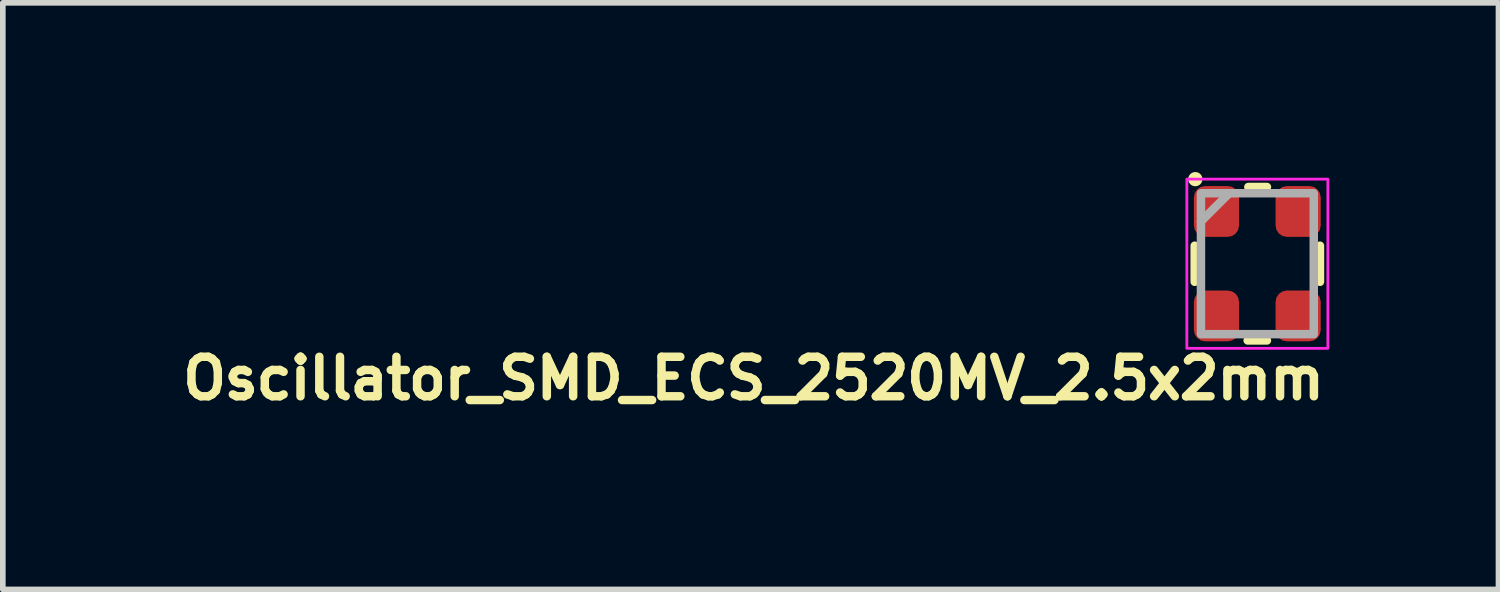
<source format=kicad_pcb>
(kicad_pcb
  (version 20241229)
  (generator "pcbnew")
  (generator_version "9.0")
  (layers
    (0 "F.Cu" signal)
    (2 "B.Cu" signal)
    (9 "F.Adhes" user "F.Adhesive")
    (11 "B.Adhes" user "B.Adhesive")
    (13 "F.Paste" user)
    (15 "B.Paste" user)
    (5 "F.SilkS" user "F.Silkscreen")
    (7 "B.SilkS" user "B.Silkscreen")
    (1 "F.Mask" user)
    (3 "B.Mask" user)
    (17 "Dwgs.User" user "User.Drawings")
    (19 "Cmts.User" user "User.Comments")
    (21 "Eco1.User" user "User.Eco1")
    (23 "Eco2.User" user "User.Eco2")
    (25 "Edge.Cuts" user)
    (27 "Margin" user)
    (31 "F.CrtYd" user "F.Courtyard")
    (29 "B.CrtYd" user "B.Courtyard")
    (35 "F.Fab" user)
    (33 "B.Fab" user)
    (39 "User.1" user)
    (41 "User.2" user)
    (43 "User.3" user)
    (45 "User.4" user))
  (footprint "Oscillator_SMD_ECS_2520MV_2.5x2mm"
    (layer "F.Cu")
    (at 19.242 1.626)
    (property "Reference" "Oscillator_SMD_ECS_2520MV_2.5x2mm" (at 1.268 1.624 0) (layer "F.SilkS") (effects (font (size 0.7 0.7) (thickness 0.15)) (justify right top)))
    (attr smd)
    (fp_line (start -1.111 -0.32) (end -1.111 0.32) (stroke (width 0.15) (type solid)) (layer "F.SilkS"))
    (fp_line (start 0.17 -1.361) (end -0.16 -1.361) (stroke (width 0.15) (type solid)) (layer "F.SilkS"))
    (fp_line (start 0.17 1.36) (end -0.172 1.36) (stroke (width 0.15) (type solid)) (layer "F.SilkS"))
    (fp_line (start 1.11 -0.32) (end 1.11 0.32) (stroke (width 0.15) (type solid)) (layer "F.SilkS"))
    (fp_circle (center -1.1 -1.5) (end -1.049 -1.5) (stroke (width 0.15) (type solid)) (fill yes) (layer "F.SilkS"))
    (fp_rect (start 1.25 1.5) (end -1.25 -1.5) (stroke (width 0.05) (type solid)) (fill no) (layer "F.CrtYd"))
    (fp_line (start -0.5 -1.25) (end -1 -0.75) (stroke (width 0.15) (type solid)) (layer "F.Fab"))
    (fp_rect (start -1 -1.25) (end 1 1.249) (stroke (width 0.15) (type solid)) (fill no) (layer "F.Fab"))
    (fp_rect (start 0.998 1.249) (end -1 -1.25) (stroke (width 0.1) (type solid)) (fill no) (layer "User.5"))
    (fp_line (start -1 -0.202) (end -1 -1.151) (stroke (width 0.02) (type solid)) (layer "User.9"))
    (fp_line (start -1 -0.202) (end -0.951 -0.202) (stroke (width 0.02) (type solid)) (layer "User.9"))
    (fp_line (start -1 1.148) (end -1 0.2) (stroke (width 0.02) (type solid)) (layer "User.9"))
    (fp_line (start -1 1.148) (end -0.996 1.15) (stroke (width 0.02) (type solid)) (layer "User.9"))
    (fp_line (start -0.996 -1.151) (end -1 -1.151) (stroke (width 0.02) (type solid)) (layer "User.9"))
    (fp_line (start -0.996 1.15) (end -0.991 1.15) (stroke (width 0.02) (type solid)) (layer "User.9"))
    (fp_line (start -0.991 -1.151) (end -0.996 -1.151) (stroke (width 0.02) (type solid)) (layer "User.9"))
    (fp_line (start -0.991 1.15) (end -0.986 1.15) (stroke (width 0.02) (type solid)) (layer "User.9"))
    (fp_line (start -0.986 -1.153) (end -0.991 -1.151) (stroke (width 0.02) (type solid)) (layer "User.9"))
    (fp_line (start -0.986 1.15) (end -0.981 1.15) (stroke (width 0.02) (type solid)) (layer "User.9"))
    (fp_line (start -0.981 -1.153) (end -0.986 -1.153) (stroke (width 0.02) (type solid)) (layer "User.9"))
    (fp_line (start -0.981 1.15) (end -0.976 1.153) (stroke (width 0.02) (type solid)) (layer "User.9"))
    (fp_line (start -0.976 -1.154) (end -0.981 -1.153) (stroke (width 0.02) (type solid)) (layer "User.9"))
    (fp_line (start -0.976 1.153) (end -0.971 1.153) (stroke (width 0.02) (type solid)) (layer "User.9"))
    (fp_line (start -0.971 -1.156) (end -0.976 -1.154) (stroke (width 0.02) (type solid)) (layer "User.9"))
    (fp_line (start -0.971 1.153) (end -0.967 1.155) (stroke (width 0.02) (type solid)) (layer "User.9"))
    (fp_line (start -0.967 -1.156) (end -0.971 -1.156) (stroke (width 0.02) (type solid)) (layer "User.9"))
    (fp_line (start -0.967 1.155) (end -0.962 1.157) (stroke (width 0.02) (type solid)) (layer "User.9"))
    (fp_line (start -0.962 -1.158) (end -0.967 -1.156) (stroke (width 0.02) (type solid)) (layer "User.9"))
    (fp_line (start -0.962 1.157) (end -0.959 1.159) (stroke (width 0.02) (type solid)) (layer "User.9"))
    (fp_line (start -0.959 -1.16) (end -0.962 -1.158) (stroke (width 0.02) (type solid)) (layer "User.9"))
    (fp_line (start -0.959 1.159) (end -0.954 1.161) (stroke (width 0.02) (type solid)) (layer "User.9"))
    (fp_line (start -0.954 -1.162) (end -0.959 -1.16) (stroke (width 0.02) (type solid)) (layer "User.9"))
    (fp_line (start -0.954 1.161) (end -0.95 1.163) (stroke (width 0.02) (type solid)) (layer "User.9"))
    (fp_line (start -0.951 -1.065) (end -0.951 -1.059) (stroke (width 0.02) (type solid)) (layer "User.9"))
    (fp_line (start -0.951 -1.059) (end -0.951 -1.051) (stroke (width 0.02) (type solid)) (layer "User.9"))
    (fp_line (start -0.951 -1.051) (end -0.951 1.05) (stroke (width 0.02) (type solid)) (layer "User.9"))
    (fp_line (start -0.951 0.2) (end -1 0.2) (stroke (width 0.02) (type solid)) (layer "User.9"))
    (fp_line (start -0.951 1.05) (end -0.951 1.056) (stroke (width 0.02) (type solid)) (layer "User.9"))
    (fp_line (start -0.951 1.056) (end -0.951 1.064) (stroke (width 0.02) (type solid)) (layer "User.9"))
    (fp_line (start -0.951 1.064) (end -0.95 1.072) (stroke (width 0.02) (type solid)) (layer "User.9"))
    (fp_line (start -0.95 -1.166) (end -0.954 -1.162) (stroke (width 0.02) (type solid)) (layer "User.9"))
    (fp_line (start -0.95 -1.073) (end -0.951 -1.065) (stroke (width 0.02) (type solid)) (layer "User.9"))
    (fp_line (start -0.95 1.072) (end -0.949 1.078) (stroke (width 0.02) (type solid)) (layer "User.9"))
    (fp_line (start -0.95 1.163) (end -0.946 1.165) (stroke (width 0.02) (type solid)) (layer "User.9"))
    (fp_line (start -0.949 -1.081) (end -0.95 -1.073) (stroke (width 0.02) (type solid)) (layer "User.9"))
    (fp_line (start -0.949 1.078) (end -0.947 1.086) (stroke (width 0.02) (type solid)) (layer "User.9"))
    (fp_line (start -0.947 -1.087) (end -0.949 -1.081) (stroke (width 0.02) (type solid)) (layer "User.9"))
    (fp_line (start -0.947 1.086) (end -0.945 1.092) (stroke (width 0.02) (type solid)) (layer "User.9"))
    (fp_line (start -0.946 -1.168) (end -0.95 -1.166) (stroke (width 0.02) (type solid)) (layer "User.9"))
    (fp_line (start -0.946 1.165) (end -0.942 1.169) (stroke (width 0.02) (type solid)) (layer "User.9"))
    (fp_line (start -0.945 -1.095) (end -0.947 -1.087) (stroke (width 0.02) (type solid)) (layer "User.9"))
    (fp_line (start -0.945 1.092) (end -0.943 1.1) (stroke (width 0.02) (type solid)) (layer "User.9"))
    (fp_line (start -0.943 -1.101) (end -0.945 -1.095) (stroke (width 0.02) (type solid)) (layer "User.9"))
    (fp_line (start -0.943 1.1) (end -0.94 1.106) (stroke (width 0.02) (type solid)) (layer "User.9"))
    (fp_line (start -0.942 -1.17) (end -0.946 -1.168) (stroke (width 0.02) (type solid)) (layer "User.9"))
    (fp_line (start -0.942 1.169) (end -0.938 1.171) (stroke (width 0.02) (type solid)) (layer "User.9"))
    (fp_line (start -0.94 -1.109) (end -0.943 -1.101) (stroke (width 0.02) (type solid)) (layer "User.9"))
    (fp_line (start -0.94 1.106) (end -0.937 1.114) (stroke (width 0.02) (type solid)) (layer "User.9"))
    (fp_line (start -0.938 -1.174) (end -0.942 -1.17) (stroke (width 0.02) (type solid)) (layer "User.9"))
    (fp_line (start -0.938 1.171) (end -0.934 1.175) (stroke (width 0.02) (type solid)) (layer "User.9"))
    (fp_line (start -0.937 -1.115) (end -0.94 -1.109) (stroke (width 0.02) (type solid)) (layer "User.9"))
    (fp_line (start -0.937 1.114) (end -0.934 1.12) (stroke (width 0.02) (type solid)) (layer "User.9"))
    (fp_line (start -0.934 -1.176) (end -0.938 -1.174) (stroke (width 0.02) (type solid)) (layer "User.9"))
    (fp_line (start -0.934 -1.121) (end -0.937 -1.115) (stroke (width 0.02) (type solid)) (layer "User.9"))
    (fp_line (start -0.934 1.12) (end -0.93 1.126) (stroke (width 0.02) (type solid)) (layer "User.9"))
    (fp_line (start -0.934 1.175) (end -0.931 1.179) (stroke (width 0.02) (type solid)) (layer "User.9"))
    (fp_line (start -0.931 -1.18) (end -0.934 -1.176) (stroke (width 0.02) (type solid)) (layer "User.9"))
    (fp_line (start -0.931 -1.18) (end -0.931 -1.18) (stroke (width 0.02) (type solid)) (layer "User.9"))
    (fp_line (start -0.931 1.179) (end -0.931 1.179) (stroke (width 0.02) (type solid)) (layer "User.9"))
    (fp_line (start -0.931 1.179) (end -0.927 1.181) (stroke (width 0.02) (type solid)) (layer "User.9"))
    (fp_line (start -0.93 -1.129) (end -0.934 -1.121) (stroke (width 0.02) (type solid)) (layer "User.9"))
    (fp_line (start -0.93 1.126) (end -0.926 1.132) (stroke (width 0.02) (type solid)) (layer "User.9"))
    (fp_line (start -0.927 -1.184) (end -0.931 -1.18) (stroke (width 0.02) (type solid)) (layer "User.9"))
    (fp_line (start -0.927 1.181) (end -0.924 1.185) (stroke (width 0.02) (type solid)) (layer "User.9"))
    (fp_line (start -0.926 -1.135) (end -0.93 -1.129) (stroke (width 0.02) (type solid)) (layer "User.9"))
    (fp_line (start -0.926 1.132) (end -0.922 1.138) (stroke (width 0.02) (type solid)) (layer "User.9"))
    (fp_line (start -0.924 -1.188) (end -0.927 -1.184) (stroke (width 0.02) (type solid)) (layer "User.9"))
    (fp_line (start -0.924 1.185) (end -0.921 1.189) (stroke (width 0.02) (type solid)) (layer "User.9"))
    (fp_line (start -0.922 -1.141) (end -0.926 -1.135) (stroke (width 0.02) (type solid)) (layer "User.9"))
    (fp_line (start -0.922 1.138) (end -0.918 1.144) (stroke (width 0.02) (type solid)) (layer "User.9"))
    (fp_line (start -0.921 -1.192) (end -0.924 -1.188) (stroke (width 0.02) (type solid)) (layer "User.9"))
    (fp_line (start -0.921 1.189) (end -0.918 1.193) (stroke (width 0.02) (type solid)) (layer "User.9"))
    (fp_line (start -0.918 -1.196) (end -0.921 -1.192) (stroke (width 0.02) (type solid)) (layer "User.9"))
    (fp_line (start -0.918 -1.147) (end -0.922 -1.141) (stroke (width 0.02) (type solid)) (layer "User.9"))
    (fp_line (start -0.918 1.144) (end -0.913 1.15) (stroke (width 0.02) (type solid)) (layer "User.9"))
    (fp_line (start -0.918 1.193) (end -0.916 1.197) (stroke (width 0.02) (type solid)) (layer "User.9"))
    (fp_line (start -0.916 -1.2) (end -0.918 -1.196) (stroke (width 0.02) (type solid)) (layer "User.9"))
    (fp_line (start -0.916 1.197) (end -0.913 1.201) (stroke (width 0.02) (type solid)) (layer "User.9"))
    (fp_line (start -0.913 -1.204) (end -0.916 -1.2) (stroke (width 0.02) (type solid)) (layer "User.9"))
    (fp_line (start -0.913 -1.151) (end -0.918 -1.147) (stroke (width 0.02) (type solid)) (layer "User.9"))
    (fp_line (start -0.913 1.15) (end -0.908 1.155) (stroke (width 0.02) (type solid)) (layer "User.9"))
    (fp_line (start -0.913 1.201) (end -0.911 1.207) (stroke (width 0.02) (type solid)) (layer "User.9"))
    (fp_line (start -0.911 -1.208) (end -0.913 -1.204) (stroke (width 0.02) (type solid)) (layer "User.9"))
    (fp_line (start -0.911 1.207) (end -0.909 1.211) (stroke (width 0.02) (type solid)) (layer "User.9"))
    (fp_line (start -0.909 -1.212) (end -0.911 -1.208) (stroke (width 0.02) (type solid)) (layer "User.9"))
    (fp_line (start -0.909 1.211) (end -0.907 1.215) (stroke (width 0.02) (type solid)) (layer "User.9"))
    (fp_line (start -0.908 -1.158) (end -0.913 -1.151) (stroke (width 0.02) (type solid)) (layer "User.9"))
    (fp_line (start -0.908 -1.158) (end -0.908 -1.158) (stroke (width 0.02) (type solid)) (layer "User.9"))
    (fp_line (start -0.908 1.155) (end -0.908 1.155) (stroke (width 0.02) (type solid)) (layer "User.9"))
    (fp_line (start -0.908 1.155) (end -0.902 1.161) (stroke (width 0.02) (type solid)) (layer "User.9"))
    (fp_line (start -0.907 -1.218) (end -0.909 -1.212) (stroke (width 0.02) (type solid)) (layer "User.9"))
    (fp_line (start -0.907 1.215) (end -0.906 1.219) (stroke (width 0.02) (type solid)) (layer "User.9"))
    (fp_line (start -0.906 -1.222) (end -0.907 -1.218) (stroke (width 0.02) (type solid)) (layer "User.9"))
    (fp_line (start -0.906 1.219) (end -0.905 1.225) (stroke (width 0.02) (type solid)) (layer "User.9"))
    (fp_line (start -0.905 -1.226) (end -0.906 -1.222) (stroke (width 0.02) (type solid)) (layer "User.9"))
    (fp_line (start -0.905 1.225) (end -0.903 1.229) (stroke (width 0.02) (type solid)) (layer "User.9"))
    (fp_line (start -0.903 -1.236) (end -0.903 -1.232) (stroke (width 0.02) (type solid)) (layer "User.9"))
    (fp_line (start -0.903 -1.232) (end -0.905 -1.226) (stroke (width 0.02) (type solid)) (layer "User.9"))
    (fp_line (start -0.903 1.229) (end -0.903 1.235) (stroke (width 0.02) (type solid)) (layer "User.9"))
    (fp_line (start -0.903 1.235) (end -0.902 1.239) (stroke (width 0.02) (type solid)) (layer "User.9"))
    (fp_line (start -0.902 -1.25) (end -0.902 -1.246) (stroke (width 0.02) (type solid)) (layer "User.9"))
    (fp_line (start -0.902 -1.25) (end 0.9 -1.25) (stroke (width 0.02) (type solid)) (layer "User.9"))
    (fp_line (start -0.902 -1.246) (end -0.902 -1.242) (stroke (width 0.02) (type solid)) (layer "User.9"))
    (fp_line (start -0.902 -1.242) (end -0.903 -1.236) (stroke (width 0.02) (type solid)) (layer "User.9"))
    (fp_line (start -0.902 -1.162) (end -0.908 -1.158) (stroke (width 0.02) (type solid)) (layer "User.9"))
    (fp_line (start -0.902 -1.051) (end -0.901 -1.057) (stroke (width 0.02) (type solid)) (layer "User.9"))
    (fp_line (start -0.902 1.05) (end -0.902 -1.051) (stroke (width 0.02) (type solid)) (layer "User.9"))
    (fp_line (start -0.902 1.161) (end -0.896 1.165) (stroke (width 0.02) (type solid)) (layer "User.9"))
    (fp_line (start -0.902 1.239) (end -0.902 1.245) (stroke (width 0.02) (type solid)) (layer "User.9"))
    (fp_line (start -0.902 1.245) (end -0.902 1.249) (stroke (width 0.02) (type solid)) (layer "User.9"))
    (fp_line (start -0.901 -1.061) (end -0.9 -1.067) (stroke (width 0.02) (type solid)) (layer "User.9"))
    (fp_line (start -0.901 -1.057) (end -0.901 -1.061) (stroke (width 0.02) (type solid)) (layer "User.9"))
    (fp_line (start -0.901 1.054) (end -0.902 1.05) (stroke (width 0.02) (type solid)) (layer "User.9"))
    (fp_line (start -0.901 1.06) (end -0.901 1.054) (stroke (width 0.02) (type solid)) (layer "User.9"))
    (fp_line (start -0.9 -1.067) (end -0.899 -1.071) (stroke (width 0.02) (type solid)) (layer "User.9"))
    (fp_line (start -0.9 1.064) (end -0.901 1.06) (stroke (width 0.02) (type solid)) (layer "User.9"))
    (fp_line (start -0.899 -1.071) (end -0.898 -1.075) (stroke (width 0.02) (type solid)) (layer "User.9"))
    (fp_line (start -0.899 1.07) (end -0.9 1.064) (stroke (width 0.02) (type solid)) (layer "User.9"))
    (fp_line (start -0.898 -1.075) (end -0.896 -1.081) (stroke (width 0.02) (type solid)) (layer "User.9"))
    (fp_line (start -0.898 1.074) (end -0.899 1.07) (stroke (width 0.02) (type solid)) (layer "User.9"))
    (fp_line (start -0.896 -1.168) (end -0.902 -1.162) (stroke (width 0.02) (type solid)) (layer "User.9"))
    (fp_line (start -0.896 -1.081) (end -0.894 -1.085) (stroke (width 0.02) (type solid)) (layer "User.9"))
    (fp_line (start -0.896 1.078) (end -0.898 1.074) (stroke (width 0.02) (type solid)) (layer "User.9"))
    (fp_line (start -0.896 1.165) (end -0.89 1.169) (stroke (width 0.02) (type solid)) (layer "User.9"))
    (fp_line (start -0.894 -1.085) (end -0.893 -1.089) (stroke (width 0.02) (type solid)) (layer "User.9"))
    (fp_line (start -0.894 1.084) (end -0.896 1.078) (stroke (width 0.02) (type solid)) (layer "User.9"))
    (fp_line (start -0.893 -1.089) (end -0.891 -1.095) (stroke (width 0.02) (type solid)) (layer "User.9"))
    (fp_line (start -0.893 1.088) (end -0.894 1.084) (stroke (width 0.02) (type solid)) (layer "User.9"))
    (fp_line (start -0.891 -1.095) (end -0.888 -1.099) (stroke (width 0.02) (type solid)) (layer "User.9"))
    (fp_line (start -0.891 1.092) (end -0.893 1.088) (stroke (width 0.02) (type solid)) (layer "User.9"))
    (fp_line (start -0.89 -1.172) (end -0.896 -1.168) (stroke (width 0.02) (type solid)) (layer "User.9"))
    (fp_line (start -0.89 1.169) (end -0.884 1.173) (stroke (width 0.02) (type solid)) (layer "User.9"))
    (fp_line (start -0.888 -1.099) (end -0.886 -1.103) (stroke (width 0.02) (type solid)) (layer "User.9"))
    (fp_line (start -0.888 1.096) (end -0.891 1.092) (stroke (width 0.02) (type solid)) (layer "User.9"))
    (fp_line (start -0.886 -1.103) (end -0.883 -1.107) (stroke (width 0.02) (type solid)) (layer "User.9"))
    (fp_line (start -0.886 1.1) (end -0.888 1.096) (stroke (width 0.02) (type solid)) (layer "User.9"))
    (fp_line (start -0.884 -1.176) (end -0.89 -1.172) (stroke (width 0.02) (type solid)) (layer "User.9"))
    (fp_line (start -0.884 1.173) (end -0.878 1.177) (stroke (width 0.02) (type solid)) (layer "User.9"))
    (fp_line (start -0.883 -1.107) (end -0.881 -1.111) (stroke (width 0.02) (type solid)) (layer "User.9"))
    (fp_line (start -0.883 1.104) (end -0.886 1.1) (stroke (width 0.02) (type solid)) (layer "User.9"))
    (fp_line (start -0.881 -1.111) (end -0.878 -1.115) (stroke (width 0.02) (type solid)) (layer "User.9"))
    (fp_line (start -0.881 1.108) (end -0.883 1.104) (stroke (width 0.02) (type solid)) (layer "User.9"))
    (fp_line (start -0.878 -1.18) (end -0.884 -1.176) (stroke (width 0.02) (type solid)) (layer "User.9"))
    (fp_line (start -0.878 -1.115) (end -0.875 -1.119) (stroke (width 0.02) (type solid)) (layer "User.9"))
    (fp_line (start -0.878 1.112) (end -0.881 1.108) (stroke (width 0.02) (type solid)) (layer "User.9"))
    (fp_line (start -0.878 1.177) (end -0.871 1.181) (stroke (width 0.02) (type solid)) (layer "User.9"))
    (fp_line (start -0.875 -1.119) (end -0.871 -1.121) (stroke (width 0.02) (type solid)) (layer "User.9"))
    (fp_line (start -0.875 1.116) (end -0.878 1.112) (stroke (width 0.02) (type solid)) (layer "User.9"))
    (fp_line (start -0.871 -1.184) (end -0.878 -1.18) (stroke (width 0.02) (type solid)) (layer "User.9"))
    (fp_line (start -0.871 -1.121) (end -0.868 -1.125) (stroke (width 0.02) (type solid)) (layer "User.9"))
    (fp_line (start -0.871 1.12) (end -0.875 1.116) (stroke (width 0.02) (type solid)) (layer "User.9"))
    (fp_line (start -0.871 1.181) (end -0.865 1.185) (stroke (width 0.02) (type solid)) (layer "User.9"))
    (fp_line (start -0.868 -1.125) (end -0.864 -1.129) (stroke (width 0.02) (type solid)) (layer "User.9"))
    (fp_line (start -0.868 1.124) (end -0.871 1.12) (stroke (width 0.02) (type solid)) (layer "User.9"))
    (fp_line (start -0.865 -1.186) (end -0.871 -1.184) (stroke (width 0.02) (type solid)) (layer "User.9"))
    (fp_line (start -0.865 1.185) (end -0.858 1.187) (stroke (width 0.02) (type solid)) (layer "User.9"))
    (fp_line (start -0.864 -1.129) (end -0.86 -1.131) (stroke (width 0.02) (type solid)) (layer "User.9"))
    (fp_line (start -0.864 1.126) (end -0.868 1.124) (stroke (width 0.02) (type solid)) (layer "User.9"))
    (fp_line (start -0.86 -1.131) (end -0.856 -1.133) (stroke (width 0.02) (type solid)) (layer "User.9"))
    (fp_line (start -0.86 1.13) (end -0.864 1.126) (stroke (width 0.02) (type solid)) (layer "User.9"))
    (fp_line (start -0.858 -1.19) (end -0.865 -1.186) (stroke (width 0.02) (type solid)) (layer "User.9"))
    (fp_line (start -0.858 1.187) (end -0.851 1.191) (stroke (width 0.02) (type solid)) (layer "User.9"))
    (fp_line (start -0.856 -1.133) (end -0.852 -1.137) (stroke (width 0.02) (type solid)) (layer "User.9"))
    (fp_line (start -0.856 1.132) (end -0.86 1.13) (stroke (width 0.02) (type solid)) (layer "User.9"))
    (fp_line (start -0.852 -1.137) (end -0.848 -1.139) (stroke (width 0.02) (type solid)) (layer "User.9"))
    (fp_line (start -0.852 1.134) (end -0.856 1.132) (stroke (width 0.02) (type solid)) (layer "User.9"))
    (fp_line (start -0.851 -1.192) (end -0.858 -1.19) (stroke (width 0.02) (type solid)) (layer "User.9"))
    (fp_line (start -0.851 1.191) (end -0.844 1.193) (stroke (width 0.02) (type solid)) (layer "User.9"))
    (fp_line (start -0.848 -1.139) (end -0.844 -1.141) (stroke (width 0.02) (type solid)) (layer "User.9"))
    (fp_line (start -0.848 1.136) (end -0.852 1.134) (stroke (width 0.02) (type solid)) (layer "User.9"))
    (fp_line (start -0.844 -1.194) (end -0.851 -1.192) (stroke (width 0.02) (type solid)) (layer "User.9"))
    (fp_line (start -0.844 -1.141) (end -0.839 -1.143) (stroke (width 0.02) (type solid)) (layer "User.9"))
    (fp_line (start -0.844 1.14) (end -0.848 1.136) (stroke (width 0.02) (type solid)) (layer "User.9"))
    (fp_line (start -0.844 1.193) (end -0.837 1.195) (stroke (width 0.02) (type solid)) (layer "User.9"))
    (fp_line (start -0.839 -1.143) (end -0.835 -1.145) (stroke (width 0.02) (type solid)) (layer "User.9"))
    (fp_line (start -0.839 1.142) (end -0.844 1.14) (stroke (width 0.02) (type solid)) (layer "User.9"))
    (fp_line (start -0.837 -1.196) (end -0.844 -1.194) (stroke (width 0.02) (type solid)) (layer "User.9"))
    (fp_line (start -0.837 1.195) (end -0.831 1.197) (stroke (width 0.02) (type solid)) (layer "User.9"))
    (fp_line (start -0.835 -1.145) (end -0.831 -1.147) (stroke (width 0.02) (type solid)) (layer "User.9"))
    (fp_line (start -0.835 1.142) (end -0.839 1.142) (stroke (width 0.02) (type solid)) (layer "User.9"))
    (fp_line (start -0.831 -1.198) (end -0.837 -1.196) (stroke (width 0.02) (type solid)) (layer "User.9"))
    (fp_line (start -0.831 -1.147) (end -0.826 -1.147) (stroke (width 0.02) (type solid)) (layer "User.9"))
    (fp_line (start -0.831 1.144) (end -0.835 1.142) (stroke (width 0.02) (type solid)) (layer "User.9"))
    (fp_line (start -0.831 1.197) (end -0.824 1.197) (stroke (width 0.02) (type solid)) (layer "User.9"))
    (fp_line (start -0.826 -1.147) (end -0.822 -1.149) (stroke (width 0.02) (type solid)) (layer "User.9"))
    (fp_line (start -0.826 1.146) (end -0.831 1.144) (stroke (width 0.02) (type solid)) (layer "User.9"))
    (fp_line (start -0.824 -1.2) (end -0.831 -1.198) (stroke (width 0.02) (type solid)) (layer "User.9"))
    (fp_line (start -0.824 1.197) (end -0.816 1.199) (stroke (width 0.02) (type solid)) (layer "User.9"))
    (fp_line (start -0.822 -1.149) (end -0.817 -1.149) (stroke (width 0.02) (type solid)) (layer "User.9"))
    (fp_line (start -0.822 1.146) (end -0.826 1.146) (stroke (width 0.02) (type solid)) (layer "User.9"))
    (fp_line (start -0.817 -1.149) (end -0.812 -1.151) (stroke (width 0.02) (type solid)) (layer "User.9"))
    (fp_line (start -0.817 1.148) (end -0.822 1.146) (stroke (width 0.02) (type solid)) (layer "User.9"))
    (fp_line (start -0.816 -1.2) (end -0.824 -1.2) (stroke (width 0.02) (type solid)) (layer "User.9"))
    (fp_line (start -0.816 1.199) (end -0.809 1.199) (stroke (width 0.02) (type solid)) (layer "User.9"))
    (fp_line (start -0.812 -1.151) (end -0.807 -1.151) (stroke (width 0.02) (type solid)) (layer "User.9"))
    (fp_line (start -0.812 1.148) (end -0.817 1.148) (stroke (width 0.02) (type solid)) (layer "User.9"))
    (fp_line (start -0.809 -1.2) (end -0.816 -1.2) (stroke (width 0.02) (type solid)) (layer "User.9"))
    (fp_line (start -0.809 1.199) (end -0.802 1.199) (stroke (width 0.02) (type solid)) (layer "User.9"))
    (fp_line (start -0.807 -1.151) (end -0.802 -1.151) (stroke (width 0.02) (type solid)) (layer "User.9"))
    (fp_line (start -0.807 1.148) (end -0.812 1.148) (stroke (width 0.02) (type solid)) (layer "User.9"))
    (fp_line (start -0.802 -1.2) (end -0.809 -1.2) (stroke (width 0.02) (type solid)) (layer "User.9"))
    (fp_line (start -0.802 -1.151) (end 0.8 -1.151) (stroke (width 0.02) (type solid)) (layer "User.9"))
    (fp_line (start -0.802 1.148) (end -0.807 1.148) (stroke (width 0.02) (type solid)) (layer "User.9"))
    (fp_line (start -0.802 1.199) (end 0.8 1.199) (stroke (width 0.02) (type solid)) (layer "User.9"))
    (fp_line (start 0.8 -1.2) (end -0.802 -1.2) (stroke (width 0.02) (type solid)) (layer "User.9"))
    (fp_line (start 0.8 -1.151) (end 0.805 -1.151) (stroke (width 0.02) (type solid)) (layer "User.9"))
    (fp_line (start 0.8 1.148) (end -0.802 1.148) (stroke (width 0.02) (type solid)) (layer "User.9"))
    (fp_line (start 0.8 1.199) (end 0.807 1.199) (stroke (width 0.02) (type solid)) (layer "User.9"))
    (fp_line (start 0.805 -1.151) (end 0.81 -1.151) (stroke (width 0.02) (type solid)) (layer "User.9"))
    (fp_line (start 0.805 1.148) (end 0.8 1.148) (stroke (width 0.02) (type solid)) (layer "User.9"))
    (fp_line (start 0.807 -1.2) (end 0.8 -1.2) (stroke (width 0.02) (type solid)) (layer "User.9"))
    (fp_line (start 0.807 1.199) (end 0.814 1.199) (stroke (width 0.02) (type solid)) (layer "User.9"))
    (fp_line (start 0.81 -1.151) (end 0.815 -1.149) (stroke (width 0.02) (type solid)) (layer "User.9"))
    (fp_line (start 0.81 1.148) (end 0.805 1.148) (stroke (width 0.02) (type solid)) (layer "User.9"))
    (fp_line (start 0.814 -1.2) (end 0.807 -1.2) (stroke (width 0.02) (type solid)) (layer "User.9"))
    (fp_line (start 0.814 1.199) (end 0.822 1.197) (stroke (width 0.02) (type solid)) (layer "User.9"))
    (fp_line (start 0.815 -1.149) (end 0.82 -1.149) (stroke (width 0.02) (type solid)) (layer "User.9"))
    (fp_line (start 0.815 1.148) (end 0.81 1.148) (stroke (width 0.02) (type solid)) (layer "User.9"))
    (fp_line (start 0.82 -1.149) (end 0.824 -1.147) (stroke (width 0.02) (type solid)) (layer "User.9"))
    (fp_line (start 0.82 1.146) (end 0.815 1.148) (stroke (width 0.02) (type solid)) (layer "User.9"))
    (fp_line (start 0.822 -1.2) (end 0.814 -1.2) (stroke (width 0.02) (type solid)) (layer "User.9"))
    (fp_line (start 0.822 1.197) (end 0.829 1.197) (stroke (width 0.02) (type solid)) (layer "User.9"))
    (fp_line (start 0.824 -1.147) (end 0.829 -1.147) (stroke (width 0.02) (type solid)) (layer "User.9"))
    (fp_line (start 0.824 1.146) (end 0.82 1.146) (stroke (width 0.02) (type solid)) (layer "User.9"))
    (fp_line (start 0.829 -1.198) (end 0.822 -1.2) (stroke (width 0.02) (type solid)) (layer "User.9"))
    (fp_line (start 0.829 -1.147) (end 0.833 -1.145) (stroke (width 0.02) (type solid)) (layer "User.9"))
    (fp_line (start 0.829 1.144) (end 0.824 1.146) (stroke (width 0.02) (type solid)) (layer "User.9"))
    (fp_line (start 0.829 1.197) (end 0.835 1.195) (stroke (width 0.02) (type solid)) (layer "User.9"))
    (fp_line (start 0.833 -1.145) (end 0.837 -1.143) (stroke (width 0.02) (type solid)) (layer "User.9"))
    (fp_line (start 0.833 1.142) (end 0.829 1.144) (stroke (width 0.02) (type solid)) (layer "User.9"))
    (fp_line (start 0.835 -1.196) (end 0.829 -1.198) (stroke (width 0.02) (type solid)) (layer "User.9"))
    (fp_line (start 0.835 1.195) (end 0.842 1.193) (stroke (width 0.02) (type solid)) (layer "User.9"))
    (fp_line (start 0.837 -1.143) (end 0.842 -1.141) (stroke (width 0.02) (type solid)) (layer "User.9"))
    (fp_line (start 0.837 1.142) (end 0.833 1.142) (stroke (width 0.02) (type solid)) (layer "User.9"))
    (fp_line (start 0.842 -1.194) (end 0.835 -1.196) (stroke (width 0.02) (type solid)) (layer "User.9"))
    (fp_line (start 0.842 -1.141) (end 0.846 -1.139) (stroke (width 0.02) (type solid)) (layer "User.9"))
    (fp_line (start 0.842 1.14) (end 0.837 1.142) (stroke (width 0.02) (type solid)) (layer "User.9"))
    (fp_line (start 0.842 1.193) (end 0.849 1.191) (stroke (width 0.02) (type solid)) (layer "User.9"))
    (fp_line (start 0.846 -1.139) (end 0.85 -1.137) (stroke (width 0.02) (type solid)) (layer "User.9"))
    (fp_line (start 0.846 1.136) (end 0.842 1.14) (stroke (width 0.02) (type solid)) (layer "User.9"))
    (fp_line (start 0.849 -1.192) (end 0.842 -1.194) (stroke (width 0.02) (type solid)) (layer "User.9"))
    (fp_line (start 0.849 1.191) (end 0.856 1.187) (stroke (width 0.02) (type solid)) (layer "User.9"))
    (fp_line (start 0.85 -1.137) (end 0.854 -1.133) (stroke (width 0.02) (type solid)) (layer "User.9"))
    (fp_line (start 0.85 1.134) (end 0.846 1.136) (stroke (width 0.02) (type solid)) (layer "User.9"))
    (fp_line (start 0.854 -1.133) (end 0.858 -1.131) (stroke (width 0.02) (type solid)) (layer "User.9"))
    (fp_line (start 0.854 1.132) (end 0.85 1.134) (stroke (width 0.02) (type solid)) (layer "User.9"))
    (fp_line (start 0.856 -1.19) (end 0.849 -1.192) (stroke (width 0.02) (type solid)) (layer "User.9"))
    (fp_line (start 0.856 1.187) (end 0.863 1.185) (stroke (width 0.02) (type solid)) (layer "User.9"))
    (fp_line (start 0.858 -1.131) (end 0.862 -1.129) (stroke (width 0.02) (type solid)) (layer "User.9"))
    (fp_line (start 0.858 1.13) (end 0.854 1.132) (stroke (width 0.02) (type solid)) (layer "User.9"))
    (fp_line (start 0.862 -1.129) (end 0.866 -1.125) (stroke (width 0.02) (type solid)) (layer "User.9"))
    (fp_line (start 0.862 1.126) (end 0.858 1.13) (stroke (width 0.02) (type solid)) (layer "User.9"))
    (fp_line (start 0.863 -1.186) (end 0.856 -1.19) (stroke (width 0.02) (type solid)) (layer "User.9"))
    (fp_line (start 0.863 1.185) (end 0.869 1.181) (stroke (width 0.02) (type solid)) (layer "User.9"))
    (fp_line (start 0.866 -1.125) (end 0.869 -1.121) (stroke (width 0.02) (type solid)) (layer "User.9"))
    (fp_line (start 0.866 1.124) (end 0.862 1.126) (stroke (width 0.02) (type solid)) (layer "User.9"))
    (fp_line (start 0.869 -1.184) (end 0.863 -1.186) (stroke (width 0.02) (type solid)) (layer "User.9"))
    (fp_line (start 0.869 -1.121) (end 0.873 -1.119) (stroke (width 0.02) (type solid)) (layer "User.9"))
    (fp_line (start 0.869 1.12) (end 0.866 1.124) (stroke (width 0.02) (type solid)) (layer "User.9"))
    (fp_line (start 0.869 1.181) (end 0.876 1.177) (stroke (width 0.02) (type solid)) (layer "User.9"))
    (fp_line (start 0.873 -1.119) (end 0.876 -1.115) (stroke (width 0.02) (type solid)) (layer "User.9"))
    (fp_line (start 0.873 1.116) (end 0.869 1.12) (stroke (width 0.02) (type solid)) (layer "User.9"))
    (fp_line (start 0.876 -1.18) (end 0.869 -1.184) (stroke (width 0.02) (type solid)) (layer "User.9"))
    (fp_line (start 0.876 -1.115) (end 0.879 -1.111) (stroke (width 0.02) (type solid)) (layer "User.9"))
    (fp_line (start 0.876 1.112) (end 0.873 1.116) (stroke (width 0.02) (type solid)) (layer "User.9"))
    (fp_line (start 0.876 1.177) (end 0.882 1.173) (stroke (width 0.02) (type solid)) (layer "User.9"))
    (fp_line (start 0.879 -1.111) (end 0.881 -1.107) (stroke (width 0.02) (type solid)) (layer "User.9"))
    (fp_line (start 0.879 1.108) (end 0.876 1.112) (stroke (width 0.02) (type solid)) (layer "User.9"))
    (fp_line (start 0.881 -1.107) (end 0.884 -1.103) (stroke (width 0.02) (type solid)) (layer "User.9"))
    (fp_line (start 0.881 1.104) (end 0.879 1.108) (stroke (width 0.02) (type solid)) (layer "User.9"))
    (fp_line (start 0.882 -1.176) (end 0.876 -1.18) (stroke (width 0.02) (type solid)) (layer "User.9"))
    (fp_line (start 0.882 1.173) (end 0.888 1.169) (stroke (width 0.02) (type solid)) (layer "User.9"))
    (fp_line (start 0.884 -1.103) (end 0.886 -1.099) (stroke (width 0.02) (type solid)) (layer "User.9"))
    (fp_line (start 0.884 1.1) (end 0.881 1.104) (stroke (width 0.02) (type solid)) (layer "User.9"))
    (fp_line (start 0.886 -1.099) (end 0.889 -1.095) (stroke (width 0.02) (type solid)) (layer "User.9"))
    (fp_line (start 0.886 1.096) (end 0.884 1.1) (stroke (width 0.02) (type solid)) (layer "User.9"))
    (fp_line (start 0.888 -1.172) (end 0.882 -1.176) (stroke (width 0.02) (type solid)) (layer "User.9"))
    (fp_line (start 0.888 1.169) (end 0.894 1.165) (stroke (width 0.02) (type solid)) (layer "User.9"))
    (fp_line (start 0.889 -1.095) (end 0.891 -1.089) (stroke (width 0.02) (type solid)) (layer "User.9"))
    (fp_line (start 0.889 1.092) (end 0.886 1.096) (stroke (width 0.02) (type solid)) (layer "User.9"))
    (fp_line (start 0.891 -1.089) (end 0.892 -1.085) (stroke (width 0.02) (type solid)) (layer "User.9"))
    (fp_line (start 0.891 1.088) (end 0.889 1.092) (stroke (width 0.02) (type solid)) (layer "User.9"))
    (fp_line (start 0.892 -1.085) (end 0.894 -1.081) (stroke (width 0.02) (type solid)) (layer "User.9"))
    (fp_line (start 0.892 1.084) (end 0.891 1.088) (stroke (width 0.02) (type solid)) (layer "User.9"))
    (fp_line (start 0.894 -1.168) (end 0.888 -1.172) (stroke (width 0.02) (type solid)) (layer "User.9"))
    (fp_line (start 0.894 -1.081) (end 0.896 -1.075) (stroke (width 0.02) (type solid)) (layer "User.9"))
    (fp_line (start 0.894 1.078) (end 0.892 1.084) (stroke (width 0.02) (type solid)) (layer "User.9"))
    (fp_line (start 0.894 1.165) (end 0.9 1.161) (stroke (width 0.02) (type solid)) (layer "User.9"))
    (fp_line (start 0.896 -1.075) (end 0.897 -1.071) (stroke (width 0.02) (type solid)) (layer "User.9"))
    (fp_line (start 0.896 1.074) (end 0.894 1.078) (stroke (width 0.02) (type solid)) (layer "User.9"))
    (fp_line (start 0.897 -1.071) (end 0.898 -1.067) (stroke (width 0.02) (type solid)) (layer "User.9"))
    (fp_line (start 0.897 1.07) (end 0.896 1.074) (stroke (width 0.02) (type solid)) (layer "User.9"))
    (fp_line (start 0.898 -1.067) (end 0.899 -1.061) (stroke (width 0.02) (type solid)) (layer "User.9"))
    (fp_line (start 0.898 1.064) (end 0.897 1.07) (stroke (width 0.02) (type solid)) (layer "User.9"))
    (fp_line (start 0.899 -1.061) (end 0.899 -1.057) (stroke (width 0.02) (type solid)) (layer "User.9"))
    (fp_line (start 0.899 -1.057) (end 0.9 -1.051) (stroke (width 0.02) (type solid)) (layer "User.9"))
    (fp_line (start 0.899 1.054) (end 0.899 1.06) (stroke (width 0.02) (type solid)) (layer "User.9"))
    (fp_line (start 0.899 1.06) (end 0.898 1.064) (stroke (width 0.02) (type solid)) (layer "User.9"))
    (fp_line (start 0.9 -1.246) (end 0.9 -1.25) (stroke (width 0.02) (type solid)) (layer "User.9"))
    (fp_line (start 0.9 -1.242) (end 0.9 -1.246) (stroke (width 0.02) (type solid)) (layer "User.9"))
    (fp_line (start 0.9 -1.162) (end 0.894 -1.168) (stroke (width 0.02) (type solid)) (layer "User.9"))
    (fp_line (start 0.9 -1.051) (end 0.9 1.05) (stroke (width 0.02) (type solid)) (layer "User.9"))
    (fp_line (start 0.9 1.05) (end 0.899 1.054) (stroke (width 0.02) (type solid)) (layer "User.9"))
    (fp_line (start 0.9 1.161) (end 0.906 1.155) (stroke (width 0.02) (type solid)) (layer "User.9"))
    (fp_line (start 0.9 1.239) (end 0.901 1.235) (stroke (width 0.02) (type solid)) (layer "User.9"))
    (fp_line (start 0.9 1.245) (end 0.9 1.239) (stroke (width 0.02) (type solid)) (layer "User.9"))
    (fp_line (start 0.9 1.249) (end -0.902 1.249) (stroke (width 0.02) (type solid)) (layer "User.9"))
    (fp_line (start 0.9 1.249) (end 0.9 1.245) (stroke (width 0.02) (type solid)) (layer "User.9"))
    (fp_line (start 0.901 -1.236) (end 0.9 -1.242) (stroke (width 0.02) (type solid)) (layer "User.9"))
    (fp_line (start 0.901 -1.232) (end 0.901 -1.236) (stroke (width 0.02) (type solid)) (layer "User.9"))
    (fp_line (start 0.901 1.229) (end 0.903 1.225) (stroke (width 0.02) (type solid)) (layer "User.9"))
    (fp_line (start 0.901 1.235) (end 0.901 1.229) (stroke (width 0.02) (type solid)) (layer "User.9"))
    (fp_line (start 0.903 -1.226) (end 0.901 -1.232) (stroke (width 0.02) (type solid)) (layer "User.9"))
    (fp_line (start 0.903 1.225) (end 0.904 1.219) (stroke (width 0.02) (type solid)) (layer "User.9"))
    (fp_line (start 0.904 -1.222) (end 0.903 -1.226) (stroke (width 0.02) (type solid)) (layer "User.9"))
    (fp_line (start 0.904 1.219) (end 0.905 1.215) (stroke (width 0.02) (type solid)) (layer "User.9"))
    (fp_line (start 0.905 -1.218) (end 0.904 -1.222) (stroke (width 0.02) (type solid)) (layer "User.9"))
    (fp_line (start 0.905 1.215) (end 0.907 1.211) (stroke (width 0.02) (type solid)) (layer "User.9"))
    (fp_line (start 0.906 -1.158) (end 0.9 -1.162) (stroke (width 0.02) (type solid)) (layer "User.9"))
    (fp_line (start 0.906 -1.158) (end 0.906 -1.158) (stroke (width 0.02) (type solid)) (layer "User.9"))
    (fp_line (start 0.906 1.155) (end 0.906 1.155) (stroke (width 0.02) (type solid)) (layer "User.9"))
    (fp_line (start 0.906 1.155) (end 0.911 1.15) (stroke (width 0.02) (type solid)) (layer "User.9"))
    (fp_line (start 0.907 -1.212) (end 0.905 -1.218) (stroke (width 0.02) (type solid)) (layer "User.9"))
    (fp_line (start 0.907 1.211) (end 0.909 1.207) (stroke (width 0.02) (type solid)) (layer "User.9"))
    (fp_line (start 0.909 -1.208) (end 0.907 -1.212) (stroke (width 0.02) (type solid)) (layer "User.9"))
    (fp_line (start 0.909 1.207) (end 0.911 1.201) (stroke (width 0.02) (type solid)) (layer "User.9"))
    (fp_line (start 0.911 -1.204) (end 0.909 -1.208) (stroke (width 0.02) (type solid)) (layer "User.9"))
    (fp_line (start 0.911 -1.151) (end 0.906 -1.158) (stroke (width 0.02) (type solid)) (layer "User.9"))
    (fp_line (start 0.911 1.15) (end 0.916 1.144) (stroke (width 0.02) (type solid)) (layer "User.9"))
    (fp_line (start 0.911 1.201) (end 0.914 1.197) (stroke (width 0.02) (type solid)) (layer "User.9"))
    (fp_line (start 0.914 -1.2) (end 0.911 -1.204) (stroke (width 0.02) (type solid)) (layer "User.9"))
    (fp_line (start 0.914 1.197) (end 0.916 1.193) (stroke (width 0.02) (type solid)) (layer "User.9"))
    (fp_line (start 0.916 -1.196) (end 0.914 -1.2) (stroke (width 0.02) (type solid)) (layer "User.9"))
    (fp_line (start 0.916 -1.147) (end 0.911 -1.151) (stroke (width 0.02) (type solid)) (layer "User.9"))
    (fp_line (start 0.916 1.144) (end 0.92 1.138) (stroke (width 0.02) (type solid)) (layer "User.9"))
    (fp_line (start 0.916 1.193) (end 0.919 1.189) (stroke (width 0.02) (type solid)) (layer "User.9"))
    (fp_line (start 0.919 -1.192) (end 0.916 -1.196) (stroke (width 0.02) (type solid)) (layer "User.9"))
    (fp_line (start 0.919 1.189) (end 0.922 1.185) (stroke (width 0.02) (type solid)) (layer "User.9"))
    (fp_line (start 0.92 -1.141) (end 0.916 -1.147) (stroke (width 0.02) (type solid)) (layer "User.9"))
    (fp_line (start 0.92 1.138) (end 0.924 1.132) (stroke (width 0.02) (type solid)) (layer "User.9"))
    (fp_line (start 0.922 -1.188) (end 0.919 -1.192) (stroke (width 0.02) (type solid)) (layer "User.9"))
    (fp_line (start 0.922 1.185) (end 0.925 1.181) (stroke (width 0.02) (type solid)) (layer "User.9"))
    (fp_line (start 0.924 -1.135) (end 0.92 -1.141) (stroke (width 0.02) (type solid)) (layer "User.9"))
    (fp_line (start 0.924 1.132) (end 0.928 1.126) (stroke (width 0.02) (type solid)) (layer "User.9"))
    (fp_line (start 0.925 -1.184) (end 0.922 -1.188) (stroke (width 0.02) (type solid)) (layer "User.9"))
    (fp_line (start 0.925 1.181) (end 0.929 1.179) (stroke (width 0.02) (type solid)) (layer "User.9"))
    (fp_line (start 0.928 -1.129) (end 0.924 -1.135) (stroke (width 0.02) (type solid)) (layer "User.9"))
    (fp_line (start 0.928 1.126) (end 0.932 1.12) (stroke (width 0.02) (type solid)) (layer "User.9"))
    (fp_line (start 0.929 -1.18) (end 0.925 -1.184) (stroke (width 0.02) (type solid)) (layer "User.9"))
    (fp_line (start 0.929 -1.18) (end 0.929 -1.18) (stroke (width 0.02) (type solid)) (layer "User.9"))
    (fp_line (start 0.929 1.179) (end 0.929 1.179) (stroke (width 0.02) (type solid)) (layer "User.9"))
    (fp_line (start 0.929 1.179) (end 0.932 1.175) (stroke (width 0.02) (type solid)) (layer "User.9"))
    (fp_line (start 0.932 -1.176) (end 0.929 -1.18) (stroke (width 0.02) (type solid)) (layer "User.9"))
    (fp_line (start 0.932 -1.121) (end 0.928 -1.129) (stroke (width 0.02) (type solid)) (layer "User.9"))
    (fp_line (start 0.932 1.12) (end 0.935 1.114) (stroke (width 0.02) (type solid)) (layer "User.9"))
    (fp_line (start 0.932 1.175) (end 0.936 1.171) (stroke (width 0.02) (type solid)) (layer "User.9"))
    (fp_line (start 0.935 -1.115) (end 0.932 -1.121) (stroke (width 0.02) (type solid)) (layer "User.9"))
    (fp_line (start 0.935 1.114) (end 0.938 1.106) (stroke (width 0.02) (type solid)) (layer "User.9"))
    (fp_line (start 0.936 -1.174) (end 0.932 -1.176) (stroke (width 0.02) (type solid)) (layer "User.9"))
    (fp_line (start 0.936 1.171) (end 0.94 1.169) (stroke (width 0.02) (type solid)) (layer "User.9"))
    (fp_line (start 0.938 -1.109) (end 0.935 -1.115) (stroke (width 0.02) (type solid)) (layer "User.9"))
    (fp_line (start 0.938 1.106) (end 0.941 1.1) (stroke (width 0.02) (type solid)) (layer "User.9"))
    (fp_line (start 0.94 -1.17) (end 0.936 -1.174) (stroke (width 0.02) (type solid)) (layer "User.9"))
    (fp_line (start 0.94 1.169) (end 0.944 1.165) (stroke (width 0.02) (type solid)) (layer "User.9"))
    (fp_line (start 0.941 -1.101) (end 0.938 -1.109) (stroke (width 0.02) (type solid)) (layer "User.9"))
    (fp_line (start 0.941 1.1) (end 0.943 1.092) (stroke (width 0.02) (type solid)) (layer "User.9"))
    (fp_line (start 0.943 -1.095) (end 0.941 -1.101) (stroke (width 0.02) (type solid)) (layer "User.9"))
    (fp_line (start 0.943 1.092) (end 0.945 1.086) (stroke (width 0.02) (type solid)) (layer "User.9"))
    (fp_line (start 0.944 -1.168) (end 0.94 -1.17) (stroke (width 0.02) (type solid)) (layer "User.9"))
    (fp_line (start 0.944 1.165) (end 0.948 1.163) (stroke (width 0.02) (type solid)) (layer "User.9"))
    (fp_line (start 0.945 -1.087) (end 0.943 -1.095) (stroke (width 0.02) (type solid)) (layer "User.9"))
    (fp_line (start 0.945 1.086) (end 0.947 1.078) (stroke (width 0.02) (type solid)) (layer "User.9"))
    (fp_line (start 0.947 -1.081) (end 0.945 -1.087) (stroke (width 0.02) (type solid)) (layer "User.9"))
    (fp_line (start 0.947 1.078) (end 0.948 1.072) (stroke (width 0.02) (type solid)) (layer "User.9"))
    (fp_line (start 0.948 -1.166) (end 0.944 -1.168) (stroke (width 0.02) (type solid)) (layer "User.9"))
    (fp_line (start 0.948 -1.073) (end 0.947 -1.081) (stroke (width 0.02) (type solid)) (layer "User.9"))
    (fp_line (start 0.948 1.072) (end 0.949 1.064) (stroke (width 0.02) (type solid)) (layer "User.9"))
    (fp_line (start 0.948 1.163) (end 0.952 1.161) (stroke (width 0.02) (type solid)) (layer "User.9"))
    (fp_line (start 0.949 -1.065) (end 0.948 -1.073) (stroke (width 0.02) (type solid)) (layer "User.9"))
    (fp_line (start 0.949 -1.059) (end 0.949 -1.065) (stroke (width 0.02) (type solid)) (layer "User.9"))
    (fp_line (start 0.949 -1.051) (end 0.949 -1.059) (stroke (width 0.02) (type solid)) (layer "User.9"))
    (fp_line (start 0.949 -0.202) (end 0.998 -0.202) (stroke (width 0.02) (type solid)) (layer "User.9"))
    (fp_line (start 0.949 1.05) (end 0.949 -1.051) (stroke (width 0.02) (type solid)) (layer "User.9"))
    (fp_line (start 0.949 1.056) (end 0.949 1.05) (stroke (width 0.02) (type solid)) (layer "User.9"))
    (fp_line (start 0.949 1.064) (end 0.949 1.056) (stroke (width 0.02) (type solid)) (layer "User.9"))
    (fp_line (start 0.952 -1.162) (end 0.948 -1.166) (stroke (width 0.02) (type solid)) (layer "User.9"))
    (fp_line (start 0.952 1.161) (end 0.957 1.159) (stroke (width 0.02) (type solid)) (layer "User.9"))
    (fp_line (start 0.957 -1.16) (end 0.952 -1.162) (stroke (width 0.02) (type solid)) (layer "User.9"))
    (fp_line (start 0.957 1.159) (end 0.96 1.157) (stroke (width 0.02) (type solid)) (layer "User.9"))
    (fp_line (start 0.96 -1.158) (end 0.957 -1.16) (stroke (width 0.02) (type solid)) (layer "User.9"))
    (fp_line (start 0.96 1.157) (end 0.965 1.155) (stroke (width 0.02) (type solid)) (layer "User.9"))
    (fp_line (start 0.965 -1.156) (end 0.96 -1.158) (stroke (width 0.02) (type solid)) (layer "User.9"))
    (fp_line (start 0.965 1.155) (end 0.969 1.153) (stroke (width 0.02) (type solid)) (layer "User.9"))
    (fp_line (start 0.969 -1.156) (end 0.965 -1.156) (stroke (width 0.02) (type solid)) (layer "User.9"))
    (fp_line (start 0.969 1.153) (end 0.974 1.153) (stroke (width 0.02) (type solid)) (layer "User.9"))
    (fp_line (start 0.974 -1.154) (end 0.969 -1.156) (stroke (width 0.02) (type solid)) (layer "User.9"))
    (fp_line (start 0.974 1.153) (end 0.979 1.15) (stroke (width 0.02) (type solid)) (layer "User.9"))
    (fp_line (start 0.979 -1.153) (end 0.974 -1.154) (stroke (width 0.02) (type solid)) (layer "User.9"))
    (fp_line (start 0.979 1.15) (end 0.984 1.15) (stroke (width 0.02) (type solid)) (layer "User.9"))
    (fp_line (start 0.984 -1.153) (end 0.979 -1.153) (stroke (width 0.02) (type solid)) (layer "User.9"))
    (fp_line (start 0.984 1.15) (end 0.989 1.15) (stroke (width 0.02) (type solid)) (layer "User.9"))
    (fp_line (start 0.989 -1.151) (end 0.984 -1.153) (stroke (width 0.02) (type solid)) (layer "User.9"))
    (fp_line (start 0.989 1.15) (end 0.994 1.15) (stroke (width 0.02) (type solid)) (layer "User.9"))
    (fp_line (start 0.994 -1.151) (end 0.989 -1.151) (stroke (width 0.02) (type solid)) (layer "User.9"))
    (fp_line (start 0.994 1.15) (end 0.998 1.148) (stroke (width 0.02) (type solid)) (layer "User.9"))
    (fp_line (start 0.998 -1.151) (end 0.994 -1.151) (stroke (width 0.02) (type solid)) (layer "User.9"))
    (fp_line (start 0.998 -1.151) (end 0.998 -0.202) (stroke (width 0.02) (type solid)) (layer "User.9"))
    (fp_line (start 0.998 0.2) (end 0.949 0.2) (stroke (width 0.02) (type solid)) (layer "User.9"))
    (fp_line (start 0.998 0.2) (end 0.998 1.148) (stroke (width 0.02) (type solid)) (layer "User.9"))
    (pad "1" smd roundrect (at -0.725 -0.927 180) (size 0.8 0.9) (layers "F.Cu" "F.Mask" "F.Paste") (roundrect_rratio 0.25))
    (pad "2" smd roundrect (at -0.725 0.925 180) (size 0.8 0.9) (layers "F.Cu" "F.Mask" "F.Paste") (roundrect_rratio 0.25))
    (pad "3" smd roundrect (at 0.723 0.925 180) (size 0.8 0.9) (layers "F.Cu" "F.Mask" "F.Paste") (roundrect_rratio 0.25))
    (pad "4" smd roundrect (at 0.723 -0.927 180) (size 0.8 0.9) (layers "F.Cu" "F.Mask" "F.Paste") (roundrect_rratio 0.25)))
  (gr_rect
    (start -3 -3)
    (end 23.517 7.4)
    (stroke (width 0.1) (type default))
    (fill no)
    (layer "Edge.Cuts")))
</source>
